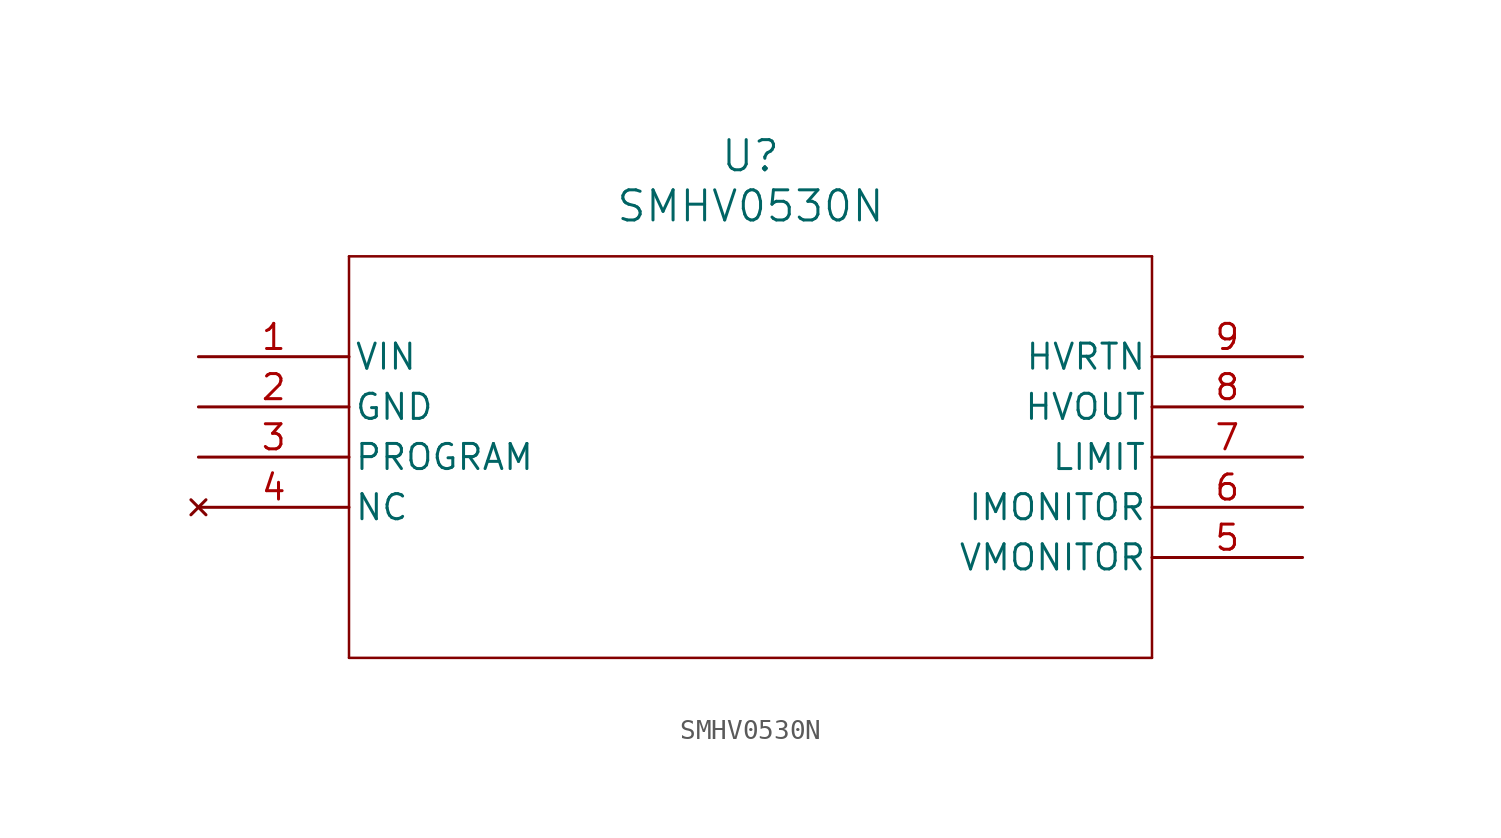
<source format=kicad_sym>
(kicad_symbol_lib
  (version 20231120)
  (generator "kicad_symbol_editor")
  (generator_version "8.0")
  (symbol "SMHV0530N"
    (pin_names
      (offset 0.254))
    (property "Reference" "U"
      (at 27.94 10.16 0)
      (effects (font (size 1.524 1.524))))
    (property "Value" "SMHV0530N"
      (at 27.94 7.62 0)
      (effects (font (size 1.524 1.524))))
    (property "ki_locked" ""
      (at 0 0 0)
      (effects (font (size 1.27 1.27))))
    (symbol "SMHV0530N_0_1"
      (polyline (pts (xy 7.62 -15.24) (xy 48.26 -15.24)) (stroke (width 0.127) (type default)) (fill (type none)))
      (polyline (pts (xy 7.62 5.08) (xy 7.62 -15.24)) (stroke (width 0.127) (type default)) (fill (type none)))
      (polyline (pts (xy 48.26 -15.24) (xy 48.26 5.08)) (stroke (width 0.127) (type default)) (fill (type none)))
      (polyline (pts (xy 48.26 5.08) (xy 7.62 5.08)) (stroke (width 0.127) (type default)) (fill (type none)))
      (pin power_in line (at 0 0 0) (length 7.62) (name "VIN" (effects (font (size 1.27 1.27)))) (number "1" (effects (font (size 1.27 1.27)))))
      (pin power_out line (at 0 -2.54 0) (length 7.62) (name "GND" (effects (font (size 1.27 1.27)))) (number "2" (effects (font (size 1.27 1.27)))))
      (pin input line (at 0 -5.08 0) (length 7.62) (name "PROGRAM" (effects (font (size 1.27 1.27)))) (number "3" (effects (font (size 1.27 1.27)))))
      (pin no_connect line (at 0 -7.62 0) (length 7.62) (name "NC" (effects (font (size 1.27 1.27)))) (number "4" (effects (font (size 1.27 1.27)))))
      (pin output line (at 55.88 -10.16 180) (length 7.62) (name "VMONITOR" (effects (font (size 1.27 1.27)))) (number "5" (effects (font (size 1.27 1.27)))))
      (pin output line (at 55.88 -7.62 180) (length 7.62) (name "IMONITOR" (effects (font (size 1.27 1.27)))) (number "6" (effects (font (size 1.27 1.27)))))
      (pin input line (at 55.88 -5.08 180) (length 7.62) (name "LIMIT" (effects (font (size 1.27 1.27)))) (number "7" (effects (font (size 1.27 1.27)))))
      (pin unspecified line (at 55.88 -2.54 180) (length 7.62) (name "HVOUT" (effects (font (size 1.27 1.27)))) (number "8" (effects (font (size 1.27 1.27)))))
      (pin unspecified line (at 55.88 0 180) (length 7.62) (name "HVRTN" (effects (font (size 1.27 1.27)))) (number "9" (effects (font (size 1.27 1.27))))))))
</source>
